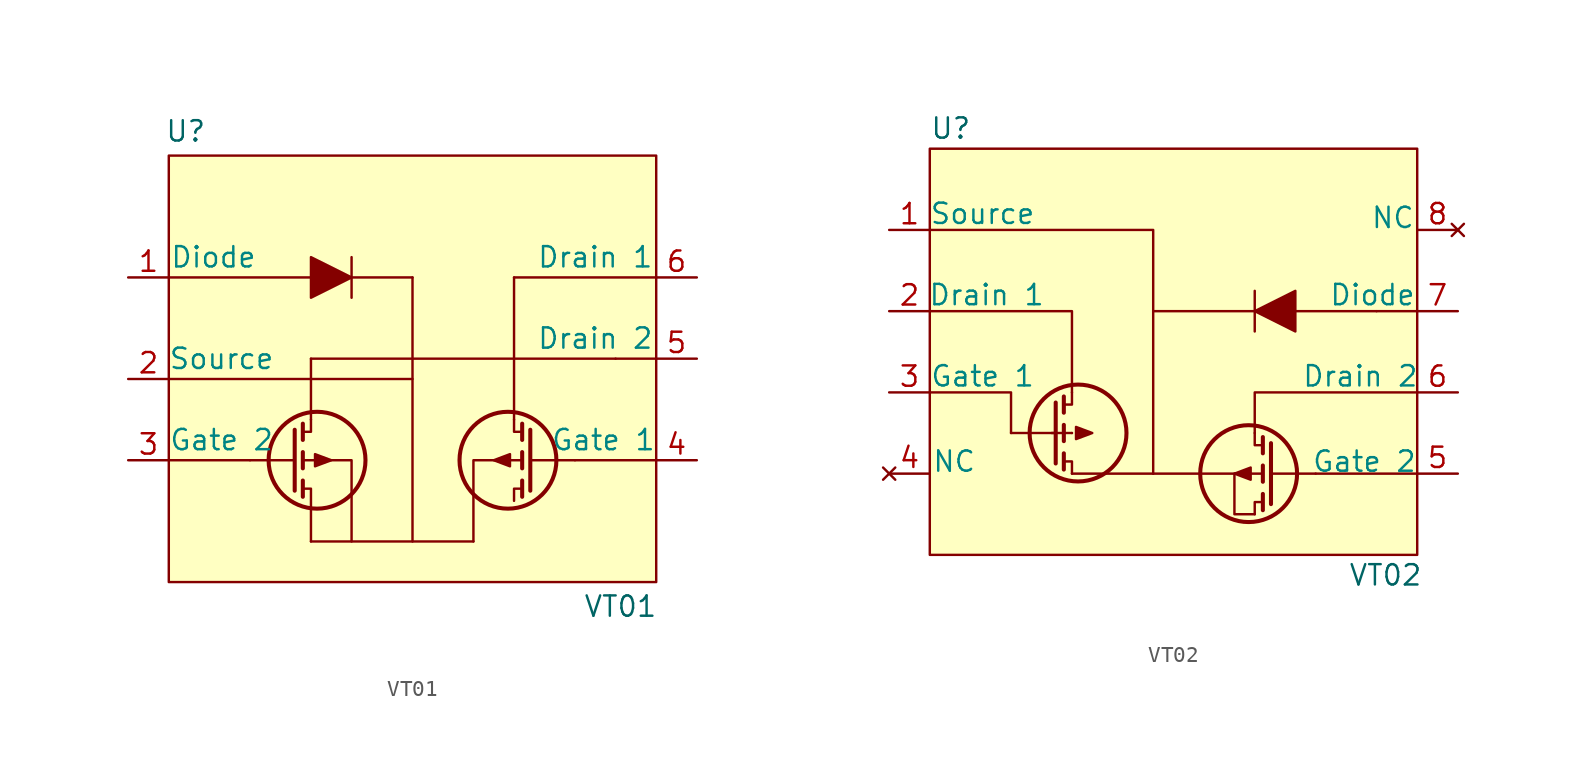
<source format=kicad_sym>
(kicad_symbol_lib
  (version 20231120)
  (generator "kicad_symbol_editor")
  (generator_version "8.0")
  (symbol "VT01"
    (pin_names
      (offset 0))
    (property "Reference" "U"
      (at -15.494 14.224 0)
      (effects (font (size 1.27 1.27)) (justify left)))
    (property "Value" "VT01"
      (at 10.668 -15.494 0)
      (effects (font (size 1.27 1.27)) (justify left)))
    (symbol "VT01_0_1"
      (circle (center -5.969 -6.35) (radius 3.029) (stroke (width 0.254) (type default)) (fill (type none)))
      (polyline (pts (xy -15.24 5.08) (xy -6.35 5.08)) (stroke (width 0) (type default)) (fill (type none)))
      (polyline (pts (xy -7.366 -6.35) (xy -10.16 -6.35)) (stroke (width 0) (type default)) (fill (type none)))
      (polyline (pts (xy -7.366 -4.445) (xy -7.366 -8.255)) (stroke (width 0.254) (type default)) (fill (type none)))
      (polyline (pts (xy -6.858 -7.62) (xy -6.858 -8.636)) (stroke (width 0.254) (type default)) (fill (type none)))
      (polyline (pts (xy -6.858 -5.842) (xy -6.858 -6.858)) (stroke (width 0.254) (type default)) (fill (type none)))
      (polyline (pts (xy -6.858 -4.064) (xy -6.858 -5.08)) (stroke (width 0.254) (type default)) (fill (type none)))
      (polyline (pts (xy -6.35 -3.81) (xy -6.35 0)) (stroke (width 0) (type default)) (fill (type none)))
      (polyline (pts (xy -6.35 0) (xy 12.7 0)) (stroke (width 0) (type default)) (fill (type none)))
      (polyline (pts (xy -3.81 5.08) (xy 0 5.08)) (stroke (width 0) (type default)) (fill (type none)))
      (polyline (pts (xy -3.81 6.35) (xy -3.81 3.81)) (stroke (width 0) (type default)) (fill (type none)))
      (polyline (pts (xy 0 -11.43) (xy 0 5.08)) (stroke (width 0) (type default)) (fill (type none)))
      (polyline (pts (xy 0 -1.27) (xy -15.24 -1.27)) (stroke (width 0) (type default)) (fill (type none)))
      (polyline (pts (xy 6.35 -3.81) (xy 6.35 5.08)) (stroke (width 0) (type default)) (fill (type none)))
      (polyline (pts (xy 6.35 5.08) (xy 15.24 5.08)) (stroke (width 0) (type default)) (fill (type none)))
      (polyline (pts (xy 6.858 -7.62) (xy 6.858 -8.636)) (stroke (width 0.254) (type default)) (fill (type none)))
      (polyline (pts (xy 6.858 -5.842) (xy 6.858 -6.858)) (stroke (width 0.254) (type default)) (fill (type none)))
      (polyline (pts (xy 6.858 -4.064) (xy 6.858 -5.08)) (stroke (width 0.254) (type default)) (fill (type none)))
      (polyline (pts (xy 7.366 -6.35) (xy 10.16 -6.35)) (stroke (width 0) (type default)) (fill (type none)))
      (polyline (pts (xy 7.366 -4.445) (xy 7.366 -8.255)) (stroke (width 0.254) (type default)) (fill (type none)))
      (polyline (pts (xy -6.858 -4.572) (xy -6.35 -4.572) (xy -6.35 -3.81)) (stroke (width 0) (type default)) (fill (type none)))
      (polyline (pts (xy -6.35 -11.43) (xy -6.35 -8.128) (xy -6.858 -8.128)) (stroke (width 0) (type default)) (fill (type none)))
      (polyline (pts (xy -3.81 -11.43) (xy -3.81 -6.35) (xy -6.858 -6.35)) (stroke (width 0) (type default)) (fill (type none)))
      (polyline (pts (xy 3.81 -11.43) (xy 3.81 -6.35) (xy 6.858 -6.35)) (stroke (width 0) (type default)) (fill (type none)))
      (polyline (pts (xy 6.35 -8.89) (xy 6.35 -8.128) (xy 6.858 -8.128)) (stroke (width 0) (type default)) (fill (type none)))
      (polyline (pts (xy 6.858 -4.572) (xy 6.35 -4.572) (xy 6.35 -3.81)) (stroke (width 0) (type default)) (fill (type none)))
      (polyline (pts (xy -5.08 -6.35) (xy -6.096 -5.969) (xy -6.096 -6.731) (xy -5.08 -6.35)) (stroke (width 0) (type default)) (fill (type outline)))
      (polyline (pts (xy 5.08 -6.35) (xy 6.096 -5.969) (xy 6.096 -6.731) (xy 5.08 -6.35)) (stroke (width 0) (type default)) (fill (type outline)))
      (circle (center 5.969 -6.35) (radius 3.029) (stroke (width 0.254) (type default)) (fill (type none))))
    (symbol "VT01_1_1"
      (rectangle (start -15.24 12.7) (end 15.24 -13.97) (stroke (width 0) (type default)) (fill (type background)))
      (polyline (pts (xy -10.16 -6.35) (xy -15.24 -6.35)) (stroke (width 0) (type default)) (fill (type none)))
      (polyline (pts (xy -6.35 -11.43) (xy 3.81 -11.43)) (stroke (width 0) (type default)) (fill (type none)))
      (polyline (pts (xy 10.16 -6.35) (xy 15.24 -6.35)) (stroke (width 0) (type default)) (fill (type none)))
      (polyline (pts (xy 12.7 0) (xy 15.24 0)) (stroke (width 0) (type default)) (fill (type none)))
      (polyline (pts (xy -6.35 5.08) (xy -6.35 6.35) (xy -3.81 5.08) (xy -6.35 3.81) (xy -6.35 5.08)) (stroke (width 0) (type default)) (fill (type outline)))
      (text "Diode" (at -12.446 6.35 0) (effects (font (size 1.27 1.27) (color 0 132 132 1))))
      (text "Drain 1" (at 11.43 6.35 0) (effects (font (size 1.27 1.27) (color 0 132 132 1))))
      (text "Drain 2\n" (at 11.43 1.27 0) (effects (font (size 1.27 1.27) (color 0 132 132 1))))
      (text "Gate 1" (at 11.938 -5.08 0) (effects (font (size 1.27 1.27) (color 0 132 132 1))))
      (text "Gate 2" (at -11.938 -5.08 0) (effects (font (size 1.27 1.27) (color 0 132 132 1))))
      (text "Source\n" (at -11.938 0 0) (effects (font (size 1.27 1.27) (color 0 132 132 1))))
      (pin passive line (at -17.78 5.08 0) (length 2.54) (name "" (effects (font (size 1.27 1.27)))) (number "1" (effects (font (size 1.27 1.27)))))
      (pin passive line (at -17.78 -1.27 0) (length 2.54) (name "" (effects (font (size 1.27 1.27)))) (number "2" (effects (font (size 1.27 1.27)))))
      (pin passive line (at -17.78 -6.35 0) (length 2.54) (name "" (effects (font (size 1.27 1.27)))) (number "3" (effects (font (size 1.27 1.27)))))
      (pin passive line (at 17.78 -6.35 180) (length 2.54) (name "" (effects (font (size 1.27 1.27)))) (number "4" (effects (font (size 1.27 1.27)))))
      (pin passive line (at 17.78 0 180) (length 2.54) (name "" (effects (font (size 1.27 1.27)))) (number "5" (effects (font (size 1.27 1.27)))))
      (pin passive line (at 17.78 5.08 180) (length 2.54) (name "" (effects (font (size 1.27 1.27)))) (number "6" (effects (font (size 1.27 1.27)))))))
  (symbol "VT02"
    (pin_names
      (offset 0))
    (property "Reference" "U"
      (at -15.24 11.43 0)
      (effects (font (size 1.27 1.27)) (justify left)))
    (property "Value" "VT02"
      (at 10.922 -16.51 0)
      (effects (font (size 1.27 1.27)) (justify left)))
    (symbol "VT02_0_1"
      (circle (center -5.969 -7.62) (radius 3.029) (stroke (width 0.254) (type default)) (fill (type none)))
      (polyline (pts (xy -7.366 -9.525) (xy -7.366 -5.715)) (stroke (width 0.254) (type default)) (fill (type none)))
      (polyline (pts (xy -7.366 -7.62) (xy -10.16 -7.62)) (stroke (width 0) (type default)) (fill (type none)))
      (polyline (pts (xy -6.858 -9.906) (xy -6.858 -8.89)) (stroke (width 0.254) (type default)) (fill (type none)))
      (polyline (pts (xy -6.858 -8.128) (xy -6.858 -7.112)) (stroke (width 0.254) (type default)) (fill (type none)))
      (polyline (pts (xy -6.858 -6.35) (xy -6.858 -5.334)) (stroke (width 0.254) (type default)) (fill (type none)))
      (polyline (pts (xy 5.08 -1.27) (xy 5.08 1.27)) (stroke (width 0) (type default)) (fill (type none)))
      (polyline (pts (xy 5.588 -11.43) (xy 5.588 -12.446)) (stroke (width 0.254) (type default)) (fill (type none)))
      (polyline (pts (xy 5.588 -9.652) (xy 5.588 -10.668)) (stroke (width 0.254) (type default)) (fill (type none)))
      (polyline (pts (xy 5.588 -7.874) (xy 5.588 -8.89)) (stroke (width 0.254) (type default)) (fill (type none)))
      (polyline (pts (xy 6.096 -10.16) (xy 8.89 -10.16)) (stroke (width 0) (type default)) (fill (type none)))
      (polyline (pts (xy 6.096 -8.255) (xy 6.096 -12.065)) (stroke (width 0.254) (type default)) (fill (type none)))
      (polyline (pts (xy -6.858 -9.398) (xy -6.35 -9.398) (xy -6.35 -10.16)) (stroke (width 0) (type default)) (fill (type none)))
      (polyline (pts (xy -6.35 -5.08) (xy -6.35 -5.842) (xy -6.858 -5.842)) (stroke (width 0) (type default)) (fill (type none)))
      (polyline (pts (xy -1.27 -10.16) (xy 2.54 -10.16) (xy 5.588 -10.16)) (stroke (width 0) (type default)) (fill (type none)))
      (polyline (pts (xy 5.08 -12.7) (xy 5.08 -11.938) (xy 5.588 -11.938)) (stroke (width 0) (type default)) (fill (type none)))
      (polyline (pts (xy 5.588 -8.382) (xy 5.08 -8.382) (xy 5.08 -7.62)) (stroke (width 0) (type default)) (fill (type none)))
      (polyline (pts (xy -5.08 -7.62) (xy -6.096 -8.001) (xy -6.096 -7.239) (xy -5.08 -7.62)) (stroke (width 0) (type default)) (fill (type outline)))
      (polyline (pts (xy 3.81 -10.16) (xy 4.826 -9.779) (xy 4.826 -10.541) (xy 3.81 -10.16)) (stroke (width 0) (type default)) (fill (type outline)))
      (circle (center 4.699 -10.16) (radius 3.029) (stroke (width 0.254) (type default)) (fill (type none))))
    (symbol "VT02_1_1"
      (rectangle (start -15.24 10.16) (end 15.24 -15.24) (stroke (width 0) (type default)) (fill (type background)))
      (polyline (pts (xy -6.35 -7.62) (xy -7.62 -7.62)) (stroke (width 0) (type default)) (fill (type none)))
      (polyline (pts (xy -6.35 -7.62) (xy -6.35 -7.62)) (stroke (width 0) (type default)) (fill (type none)))
      (polyline (pts (xy -1.27 -10.16) (xy -6.35 -10.16)) (stroke (width 0) (type default)) (fill (type none)))
      (polyline (pts (xy 8.89 -10.16) (xy 15.24 -10.16)) (stroke (width 0) (type default)) (fill (type none)))
      (polyline (pts (xy 12.7 0) (xy -1.27 0)) (stroke (width 0) (type default)) (fill (type none)))
      (polyline (pts (xy 12.7 0) (xy 15.24 0)) (stroke (width 0) (type default)) (fill (type none)))
      (polyline (pts (xy -15.24 -5.08) (xy -10.16 -5.08) (xy -10.16 -7.62)) (stroke (width 0) (type default)) (fill (type none)))
      (polyline (pts (xy -15.24 0) (xy -6.35 0) (xy -6.35 -5.08)) (stroke (width 0) (type default)) (fill (type none)))
      (polyline (pts (xy -15.24 5.08) (xy -1.27 5.08) (xy -1.27 -10.16)) (stroke (width 0) (type default)) (fill (type none)))
      (polyline (pts (xy 5.08 -12.7) (xy 3.81 -12.7) (xy 3.81 -10.16)) (stroke (width 0) (type default)) (fill (type none)))
      (polyline (pts (xy 15.24 -5.08) (xy 5.08 -5.08) (xy 5.08 -7.62)) (stroke (width 0) (type default)) (fill (type none)))
      (polyline (pts (xy 7.62 0) (xy 7.62 -1.27) (xy 5.08 0) (xy 7.62 1.27) (xy 7.62 0)) (stroke (width 0) (type default)) (fill (type outline)))
      (text "Diode" (at 12.446 1.016 0) (effects (font (size 1.27 1.27) (color 0 132 132 1))))
      (text "Drain 1" (at -11.684 1.016 0) (effects (font (size 1.27 1.27) (color 0 132 132 1))))
      (text "Drain 2\n" (at 11.684 -4.064 0) (effects (font (size 1.27 1.27) (color 0 132 132 1))))
      (text "Gate 1" (at -11.938 -4.064 0) (effects (font (size 1.27 1.27) (color 0 132 132 1))))
      (text "Gate 2" (at 11.938 -9.398 0) (effects (font (size 1.27 1.27) (color 0 132 132 1))))
      (text "NC" (at -13.716 -9.398 0) (effects (font (size 1.27 1.27) (color 0 132 132 1))))
      (text "NC" (at 13.716 5.842 0) (effects (font (size 1.27 1.27) (color 0 132 132 1))))
      (text "Source\n" (at -11.938 6.096 0) (effects (font (size 1.27 1.27) (color 0 132 132 1))))
      (pin passive line (at -17.78 5.08 0) (length 2.54) (name "" (effects (font (size 1.27 1.27)))) (number "1" (effects (font (size 1.27 1.27)))))
      (pin passive line (at -17.78 0 0) (length 2.54) (name "" (effects (font (size 1.27 1.27)))) (number "2" (effects (font (size 1.27 1.27)))))
      (pin passive line (at -17.78 -5.08 0) (length 2.54) (name "" (effects (font (size 1.27 1.27)))) (number "3" (effects (font (size 1.27 1.27)))))
      (pin no_connect line (at -17.78 -10.16 0) (length 2.54) (name "" (effects (font (size 1.27 1.27)))) (number "4" (effects (font (size 1.27 1.27)))))
      (pin passive line (at 17.78 -10.16 180) (length 2.54) (name "" (effects (font (size 1.27 1.27)))) (number "5" (effects (font (size 1.27 1.27)))))
      (pin passive line (at 17.78 -5.08 180) (length 2.54) (name "" (effects (font (size 1.27 1.27)))) (number "6" (effects (font (size 1.27 1.27)))))
      (pin passive line (at 17.78 0 180) (length 2.54) (name "" (effects (font (size 1.27 1.27)))) (number "7" (effects (font (size 1.27 1.27)))))
      (pin no_connect line (at 17.78 5.08 180) (length 2.54) (name "" (effects (font (size 1.27 1.27)))) (number "8" (effects (font (size 1.27 1.27))))))))
</source>
